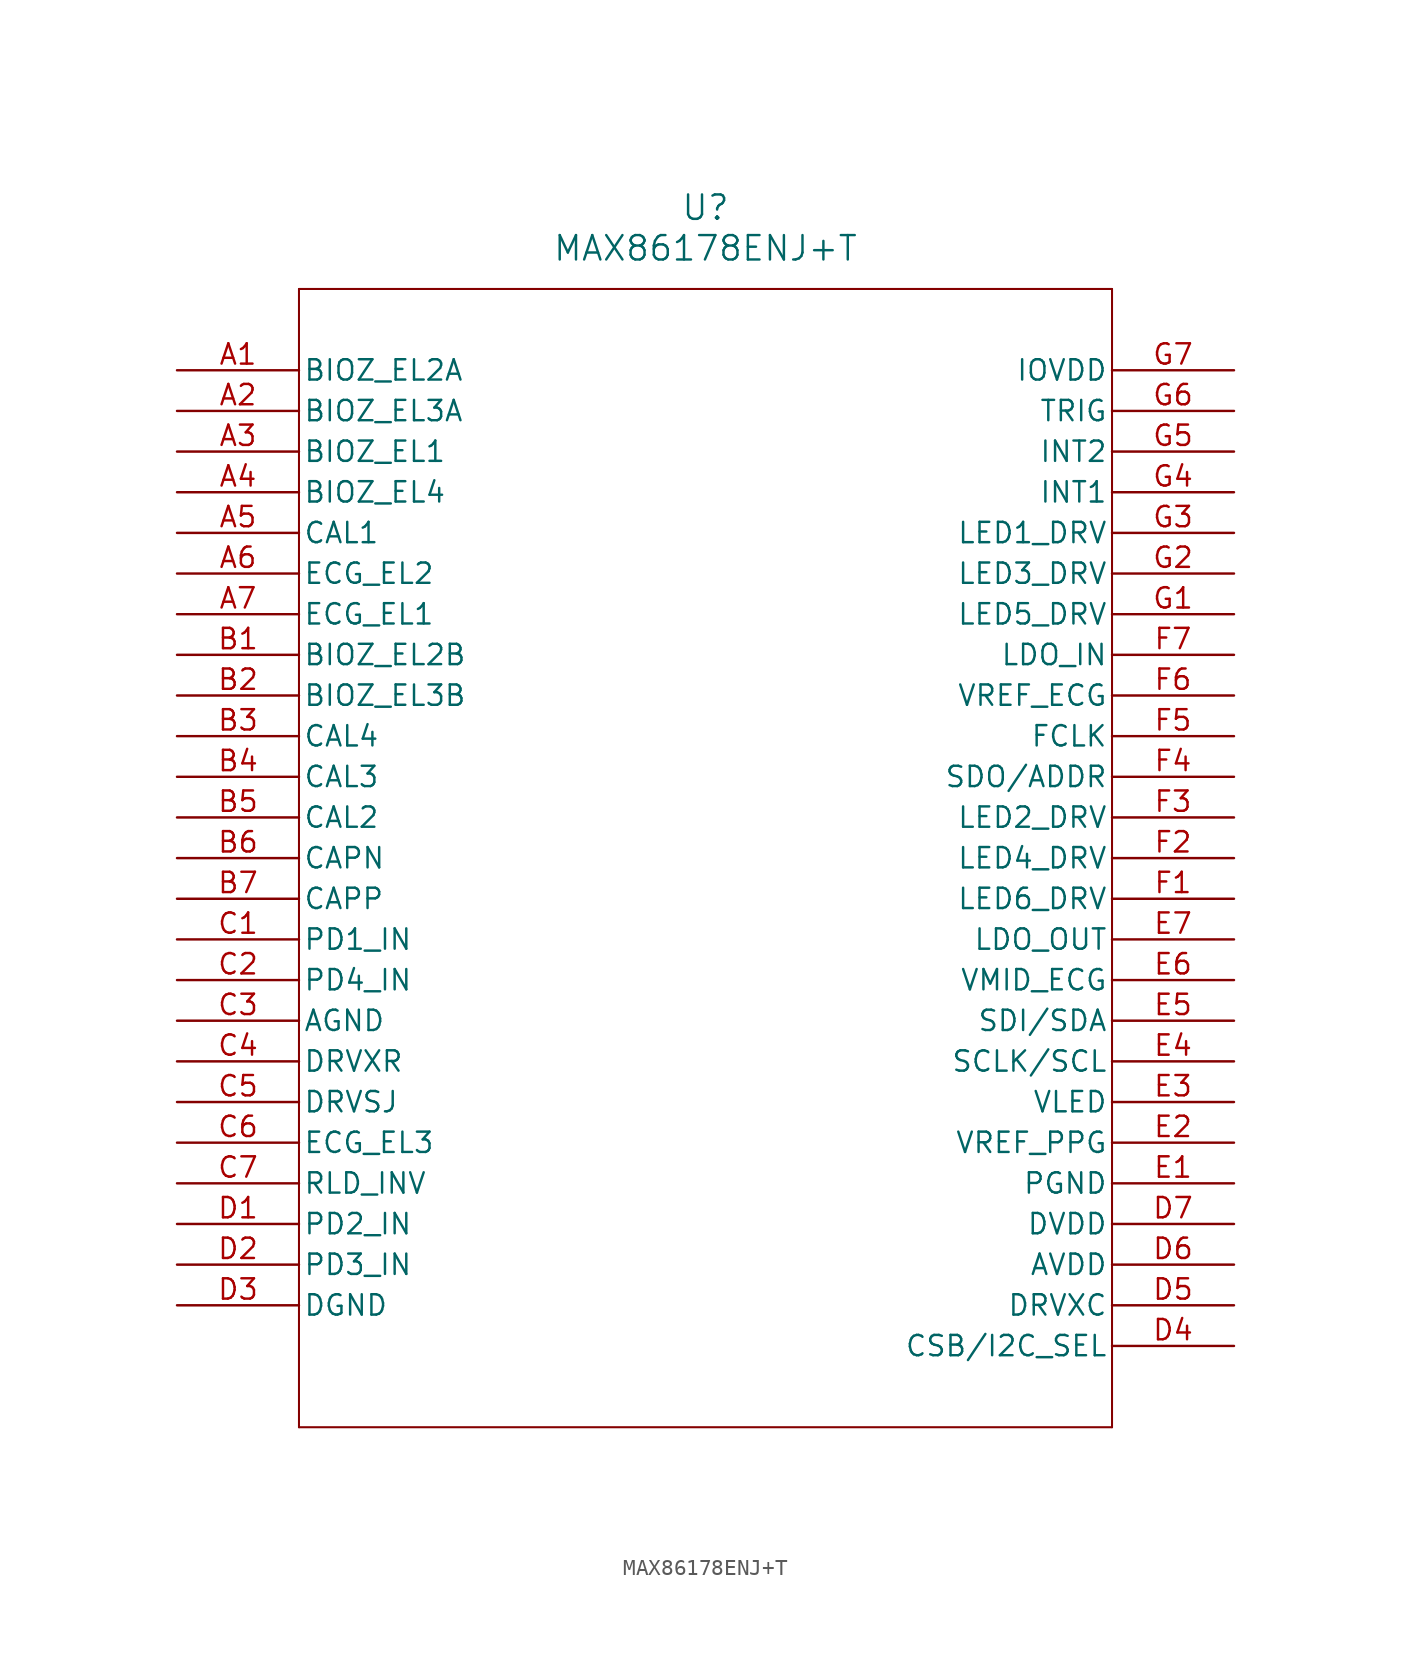
<source format=kicad_sym>
(kicad_symbol_lib
  (version 20211014)
  (generator kicad_symbol_editor)
  (symbol "MAX86178ENJ+T"
    (pin_names
      (offset 0.254))
    (property "Reference" "U"
      (at 33.02 10.16 0)
      (effects (font (size 1.524 1.524))))
    (property "Value" "MAX86178ENJ+T"
      (at 33.02 7.62 0)
      (effects (font (size 1.524 1.524))))
    (symbol "MAX86178ENJ+T_0_1"
      (polyline (pts (xy 7.62 5.08) (xy 7.62 -66.04)) (stroke (width 0.127) (type default) (color 0 0 0 0)) (fill (type none)))
      (polyline (pts (xy 7.62 -66.04) (xy 58.42 -66.04)) (stroke (width 0.127) (type default) (color 0 0 0 0)) (fill (type none)))
      (polyline (pts (xy 58.42 -66.04) (xy 58.42 5.08)) (stroke (width 0.127) (type default) (color 0 0 0 0)) (fill (type none)))
      (polyline (pts (xy 58.42 5.08) (xy 7.62 5.08)) (stroke (width 0.127) (type default) (color 0 0 0 0)) (fill (type none)))
      (pin bidirectional line (at 0 0 0) (length 7.62) (name "BIOZ_EL2A" (effects (font (size 1.27 1.27)))) (number "A1" (effects (font (size 1.27 1.27)))))
      (pin bidirectional line (at 0 -2.54 0) (length 7.62) (name "BIOZ_EL3A" (effects (font (size 1.27 1.27)))) (number "A2" (effects (font (size 1.27 1.27)))))
      (pin bidirectional line (at 0 -5.08 0) (length 7.62) (name "BIOZ_EL1" (effects (font (size 1.27 1.27)))) (number "A3" (effects (font (size 1.27 1.27)))))
      (pin bidirectional line (at 0 -7.62 0) (length 7.62) (name "BIOZ_EL4" (effects (font (size 1.27 1.27)))) (number "A4" (effects (font (size 1.27 1.27)))))
      (pin unspecified line (at 0 -10.16 0) (length 7.62) (name "CAL1" (effects (font (size 1.27 1.27)))) (number "A5" (effects (font (size 1.27 1.27)))))
      (pin bidirectional line (at 0 -12.7 0) (length 7.62) (name "ECG_EL2" (effects (font (size 1.27 1.27)))) (number "A6" (effects (font (size 1.27 1.27)))))
      (pin bidirectional line (at 0 -15.24 0) (length 7.62) (name "ECG_EL1" (effects (font (size 1.27 1.27)))) (number "A7" (effects (font (size 1.27 1.27)))))
      (pin bidirectional line (at 0 -17.78 0) (length 7.62) (name "BIOZ_EL2B" (effects (font (size 1.27 1.27)))) (number "B1" (effects (font (size 1.27 1.27)))))
      (pin bidirectional line (at 0 -20.32 0) (length 7.62) (name "BIOZ_EL3B" (effects (font (size 1.27 1.27)))) (number "B2" (effects (font (size 1.27 1.27)))))
      (pin unspecified line (at 0 -22.86 0) (length 7.62) (name "CAL4" (effects (font (size 1.27 1.27)))) (number "B3" (effects (font (size 1.27 1.27)))))
      (pin unspecified line (at 0 -25.4 0) (length 7.62) (name "CAL3" (effects (font (size 1.27 1.27)))) (number "B4" (effects (font (size 1.27 1.27)))))
      (pin unspecified line (at 0 -27.94 0) (length 7.62) (name "CAL2" (effects (font (size 1.27 1.27)))) (number "B5" (effects (font (size 1.27 1.27)))))
      (pin input line (at 0 -30.48 0) (length 7.62) (name "CAPN" (effects (font (size 1.27 1.27)))) (number "B6" (effects (font (size 1.27 1.27)))))
      (pin input line (at 0 -33.02 0) (length 7.62) (name "CAPP" (effects (font (size 1.27 1.27)))) (number "B7" (effects (font (size 1.27 1.27)))))
      (pin input line (at 0 -35.56 0) (length 7.62) (name "PD1_IN" (effects (font (size 1.27 1.27)))) (number "C1" (effects (font (size 1.27 1.27)))))
      (pin input line (at 0 -38.1 0) (length 7.62) (name "PD4_IN" (effects (font (size 1.27 1.27)))) (number "C2" (effects (font (size 1.27 1.27)))))
      (pin power_in line (at 0 -40.64 0) (length 7.62) (name "AGND" (effects (font (size 1.27 1.27)))) (number "C3" (effects (font (size 1.27 1.27)))))
      (pin unspecified line (at 0 -43.18 0) (length 7.62) (name "DRVXR" (effects (font (size 1.27 1.27)))) (number "C4" (effects (font (size 1.27 1.27)))))
      (pin unspecified line (at 0 -45.72 0) (length 7.62) (name "DRVSJ" (effects (font (size 1.27 1.27)))) (number "C5" (effects (font (size 1.27 1.27)))))
      (pin bidirectional line (at 0 -48.26 0) (length 7.62) (name "ECG_EL3" (effects (font (size 1.27 1.27)))) (number "C6" (effects (font (size 1.27 1.27)))))
      (pin input line (at 0 -50.8 0) (length 7.62) (name "RLD_INV" (effects (font (size 1.27 1.27)))) (number "C7" (effects (font (size 1.27 1.27)))))
      (pin input line (at 0 -53.34 0) (length 7.62) (name "PD2_IN" (effects (font (size 1.27 1.27)))) (number "D1" (effects (font (size 1.27 1.27)))))
      (pin input line (at 0 -55.88 0) (length 7.62) (name "PD3_IN" (effects (font (size 1.27 1.27)))) (number "D2" (effects (font (size 1.27 1.27)))))
      (pin power_in line (at 0 -58.42 0) (length 7.62) (name "DGND" (effects (font (size 1.27 1.27)))) (number "D3" (effects (font (size 1.27 1.27)))))
      (pin input line (at 66.04 -60.96 180) (length 7.62) (name "CSB/I2C_SEL" (effects (font (size 1.27 1.27)))) (number "D4" (effects (font (size 1.27 1.27)))))
      (pin unspecified line (at 66.04 -58.42 180) (length 7.62) (name "DRVXC" (effects (font (size 1.27 1.27)))) (number "D5" (effects (font (size 1.27 1.27)))))
      (pin power_in line (at 66.04 -55.88 180) (length 7.62) (name "AVDD" (effects (font (size 1.27 1.27)))) (number "D6" (effects (font (size 1.27 1.27)))))
      (pin power_in line (at 66.04 -53.34 180) (length 7.62) (name "DVDD" (effects (font (size 1.27 1.27)))) (number "D7" (effects (font (size 1.27 1.27)))))
      (pin power_in line (at 66.04 -50.8 180) (length 7.62) (name "PGND" (effects (font (size 1.27 1.27)))) (number "E1" (effects (font (size 1.27 1.27)))))
      (pin output line (at 66.04 -48.26 180) (length 7.62) (name "VREF_PPG" (effects (font (size 1.27 1.27)))) (number "E2" (effects (font (size 1.27 1.27)))))
      (pin power_in line (at 66.04 -45.72 180) (length 7.62) (name "VLED" (effects (font (size 1.27 1.27)))) (number "E3" (effects (font (size 1.27 1.27)))))
      (pin unspecified line (at 66.04 -43.18 180) (length 7.62) (name "SCLK/SCL" (effects (font (size 1.27 1.27)))) (number "E4" (effects (font (size 1.27 1.27)))))
      (pin bidirectional line (at 66.04 -40.64 180) (length 7.62) (name "SDI/SDA" (effects (font (size 1.27 1.27)))) (number "E5" (effects (font (size 1.27 1.27)))))
      (pin output line (at 66.04 -38.1 180) (length 7.62) (name "VMID_ECG" (effects (font (size 1.27 1.27)))) (number "E6" (effects (font (size 1.27 1.27)))))
      (pin power_in line (at 66.04 -35.56 180) (length 7.62) (name "LDO_OUT" (effects (font (size 1.27 1.27)))) (number "E7" (effects (font (size 1.27 1.27)))))
      (pin output line (at 66.04 -33.02 180) (length 7.62) (name "LED6_DRV" (effects (font (size 1.27 1.27)))) (number "F1" (effects (font (size 1.27 1.27)))))
      (pin output line (at 66.04 -30.48 180) (length 7.62) (name "LED4_DRV" (effects (font (size 1.27 1.27)))) (number "F2" (effects (font (size 1.27 1.27)))))
      (pin output line (at 66.04 -27.94 180) (length 7.62) (name "LED2_DRV" (effects (font (size 1.27 1.27)))) (number "F3" (effects (font (size 1.27 1.27)))))
      (pin output line (at 66.04 -25.4 180) (length 7.62) (name "SDO/ADDR" (effects (font (size 1.27 1.27)))) (number "F4" (effects (font (size 1.27 1.27)))))
      (pin input line (at 66.04 -22.86 180) (length 7.62) (name "FCLK" (effects (font (size 1.27 1.27)))) (number "F5" (effects (font (size 1.27 1.27)))))
      (pin output line (at 66.04 -20.32 180) (length 7.62) (name "VREF_ECG" (effects (font (size 1.27 1.27)))) (number "F6" (effects (font (size 1.27 1.27)))))
      (pin power_in line (at 66.04 -17.78 180) (length 7.62) (name "LDO_IN" (effects (font (size 1.27 1.27)))) (number "F7" (effects (font (size 1.27 1.27)))))
      (pin output line (at 66.04 -15.24 180) (length 7.62) (name "LED5_DRV" (effects (font (size 1.27 1.27)))) (number "G1" (effects (font (size 1.27 1.27)))))
      (pin output line (at 66.04 -12.7 180) (length 7.62) (name "LED3_DRV" (effects (font (size 1.27 1.27)))) (number "G2" (effects (font (size 1.27 1.27)))))
      (pin output line (at 66.04 -10.16 180) (length 7.62) (name "LED1_DRV" (effects (font (size 1.27 1.27)))) (number "G3" (effects (font (size 1.27 1.27)))))
      (pin output line (at 66.04 -7.62 180) (length 7.62) (name "INT1" (effects (font (size 1.27 1.27)))) (number "G4" (effects (font (size 1.27 1.27)))))
      (pin output line (at 66.04 -5.08 180) (length 7.62) (name "INT2" (effects (font (size 1.27 1.27)))) (number "G5" (effects (font (size 1.27 1.27)))))
      (pin bidirectional line (at 66.04 -2.54 180) (length 7.62) (name "TRIG" (effects (font (size 1.27 1.27)))) (number "G6" (effects (font (size 1.27 1.27)))))
      (pin power_in line (at 66.04 0 180) (length 7.62) (name "IOVDD" (effects (font (size 1.27 1.27)))) (number "G7" (effects (font (size 1.27 1.27))))))))
</source>
